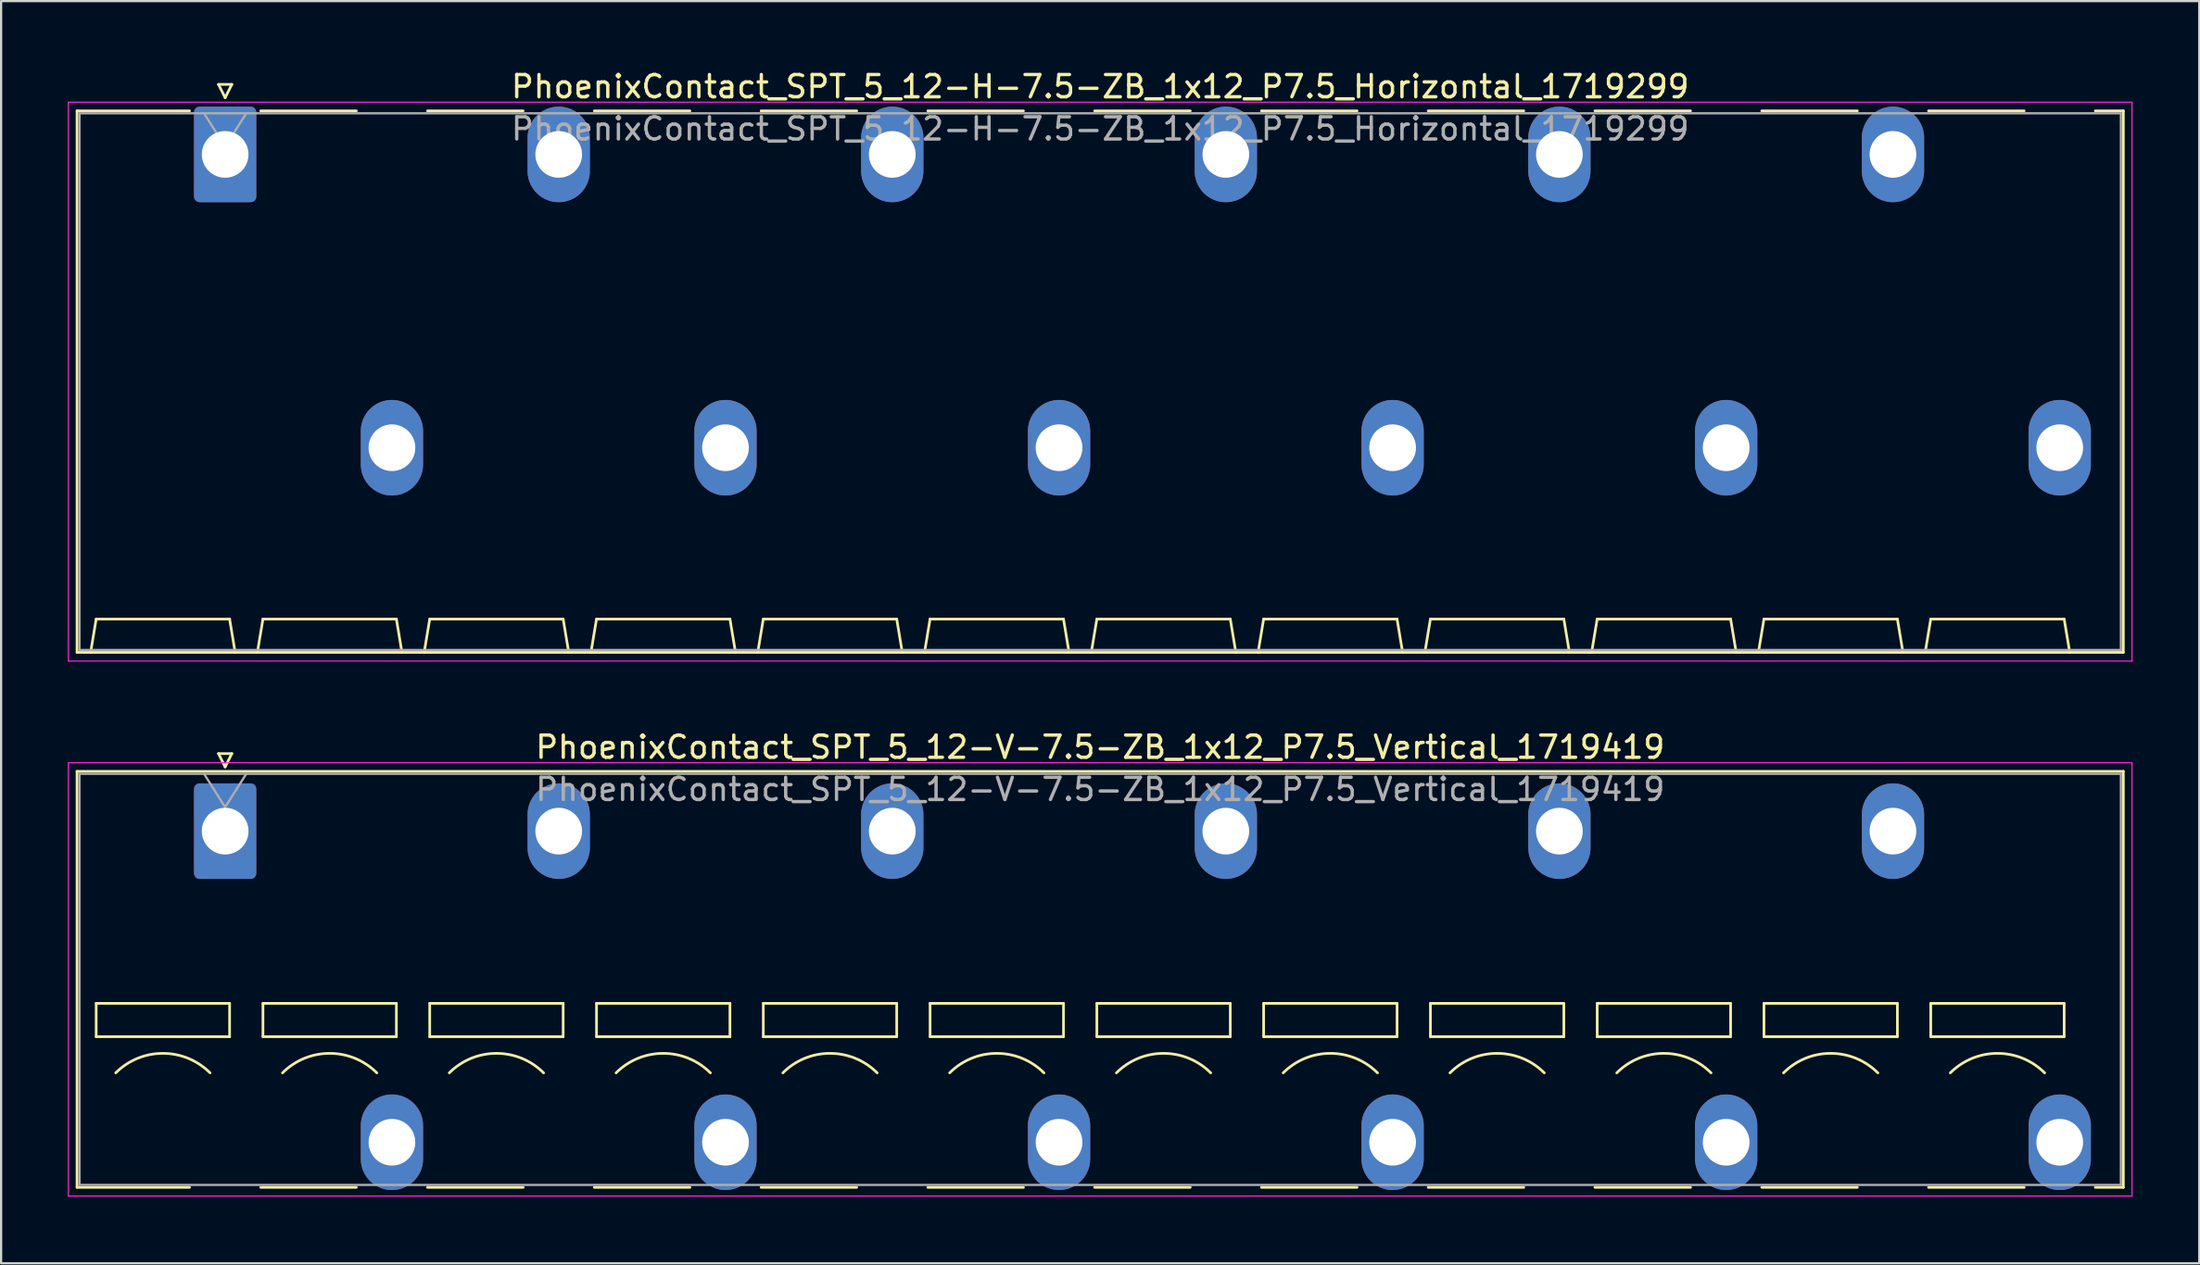
<source format=kicad_pcb>
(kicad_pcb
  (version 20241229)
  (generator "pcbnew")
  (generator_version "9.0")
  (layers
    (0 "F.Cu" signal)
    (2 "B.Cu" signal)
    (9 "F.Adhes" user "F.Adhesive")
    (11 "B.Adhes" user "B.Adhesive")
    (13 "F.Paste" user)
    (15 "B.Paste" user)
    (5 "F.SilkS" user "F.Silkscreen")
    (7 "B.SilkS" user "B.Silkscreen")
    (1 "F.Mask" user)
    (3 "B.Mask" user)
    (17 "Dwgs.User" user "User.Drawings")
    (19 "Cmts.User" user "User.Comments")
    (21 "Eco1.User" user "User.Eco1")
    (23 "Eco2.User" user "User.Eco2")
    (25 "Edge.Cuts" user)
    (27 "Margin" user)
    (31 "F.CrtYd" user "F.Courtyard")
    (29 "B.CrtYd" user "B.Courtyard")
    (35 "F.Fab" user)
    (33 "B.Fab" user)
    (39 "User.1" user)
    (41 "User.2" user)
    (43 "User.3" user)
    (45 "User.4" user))
  (footprint "PhoenixContact_SPT_5_12-H-7.5-ZB_1x12_P7.5_Horizontal_1719299"
    (layer "F.Cu")
    (at 7.075 3.898)
    (property "Reference" "PhoenixContact_SPT_5_12-H-7.5-ZB_1x12_P7.5_Horizontal_1719299" (at 39.35 -3.05 0) (layer "F.SilkS") (effects (font (size 1 1) (thickness 0.15))))
    (attr through_hole)
    (fp_line (start -6.66 -1.96) (end -1.6 -1.96) (stroke (width 0.12) (type solid)) (layer "F.SilkS"))
    (fp_line (start -6.66 22.41) (end -6.66 -1.96) (stroke (width 0.12) (type solid)) (layer "F.SilkS"))
    (fp_line (start -6.05 22.41) (end -5.8 20.91) (stroke (width 0.12) (type solid)) (layer "F.SilkS"))
    (fp_line (start -5.8 20.91) (end 0.2 20.91) (stroke (width 0.12) (type solid)) (layer "F.SilkS"))
    (fp_line (start -0.3 -3.15) (end 0 -2.55) (stroke (width 0.12) (type solid)) (layer "F.SilkS"))
    (fp_line (start -0.3 -3.15) (end 0.3 -3.15) (stroke (width 0.12) (type solid)) (layer "F.SilkS"))
    (fp_line (start 0.3 -3.15) (end 0 -2.55) (stroke (width 0.12) (type solid)) (layer "F.SilkS"))
    (fp_line (start 0.45 22.41) (end 0.2 20.91) (stroke (width 0.12) (type solid)) (layer "F.SilkS"))
    (fp_line (start 1.45 22.41) (end 1.7 20.91) (stroke (width 0.12) (type solid)) (layer "F.SilkS"))
    (fp_line (start 1.6 -1.96) (end 5.9 -1.96) (stroke (width 0.12) (type solid)) (layer "F.SilkS"))
    (fp_line (start 1.7 20.91) (end 7.7 20.91) (stroke (width 0.12) (type solid)) (layer "F.SilkS"))
    (fp_line (start 7.95 22.41) (end 7.7 20.91) (stroke (width 0.12) (type solid)) (layer "F.SilkS"))
    (fp_line (start 8.95 22.41) (end 9.2 20.91) (stroke (width 0.12) (type solid)) (layer "F.SilkS"))
    (fp_line (start 9.1 -1.96) (end 13.4 -1.96) (stroke (width 0.12) (type solid)) (layer "F.SilkS"))
    (fp_line (start 9.2 20.91) (end 15.2 20.91) (stroke (width 0.12) (type solid)) (layer "F.SilkS"))
    (fp_line (start 15.45 22.41) (end 15.2 20.91) (stroke (width 0.12) (type solid)) (layer "F.SilkS"))
    (fp_line (start 16.45 22.41) (end 16.7 20.91) (stroke (width 0.12) (type solid)) (layer "F.SilkS"))
    (fp_line (start 16.6 -1.96) (end 20.9 -1.96) (stroke (width 0.12) (type solid)) (layer "F.SilkS"))
    (fp_line (start 16.7 20.91) (end 22.7 20.91) (stroke (width 0.12) (type solid)) (layer "F.SilkS"))
    (fp_line (start 22.95 22.41) (end 22.7 20.91) (stroke (width 0.12) (type solid)) (layer "F.SilkS"))
    (fp_line (start 23.95 22.41) (end 24.2 20.91) (stroke (width 0.12) (type solid)) (layer "F.SilkS"))
    (fp_line (start 24.1 -1.96) (end 28.4 -1.96) (stroke (width 0.12) (type solid)) (layer "F.SilkS"))
    (fp_line (start 24.2 20.91) (end 30.2 20.91) (stroke (width 0.12) (type solid)) (layer "F.SilkS"))
    (fp_line (start 30.45 22.41) (end 30.2 20.91) (stroke (width 0.12) (type solid)) (layer "F.SilkS"))
    (fp_line (start 31.45 22.41) (end 31.7 20.91) (stroke (width 0.12) (type solid)) (layer "F.SilkS"))
    (fp_line (start 31.6 -1.96) (end 35.9 -1.96) (stroke (width 0.12) (type solid)) (layer "F.SilkS"))
    (fp_line (start 31.7 20.91) (end 37.7 20.91) (stroke (width 0.12) (type solid)) (layer "F.SilkS"))
    (fp_line (start 37.95 22.41) (end 37.7 20.91) (stroke (width 0.12) (type solid)) (layer "F.SilkS"))
    (fp_line (start 38.95 22.41) (end 39.2 20.91) (stroke (width 0.12) (type solid)) (layer "F.SilkS"))
    (fp_line (start 39.1 -1.96) (end 43.4 -1.96) (stroke (width 0.12) (type solid)) (layer "F.SilkS"))
    (fp_line (start 39.2 20.91) (end 45.2 20.91) (stroke (width 0.12) (type solid)) (layer "F.SilkS"))
    (fp_line (start 45.45 22.41) (end 45.2 20.91) (stroke (width 0.12) (type solid)) (layer "F.SilkS"))
    (fp_line (start 46.45 22.41) (end 46.7 20.91) (stroke (width 0.12) (type solid)) (layer "F.SilkS"))
    (fp_line (start 46.6 -1.96) (end 50.9 -1.96) (stroke (width 0.12) (type solid)) (layer "F.SilkS"))
    (fp_line (start 46.7 20.91) (end 52.7 20.91) (stroke (width 0.12) (type solid)) (layer "F.SilkS"))
    (fp_line (start 52.95 22.41) (end 52.7 20.91) (stroke (width 0.12) (type solid)) (layer "F.SilkS"))
    (fp_line (start 53.95 22.41) (end 54.2 20.91) (stroke (width 0.12) (type solid)) (layer "F.SilkS"))
    (fp_line (start 54.1 -1.96) (end 58.4 -1.96) (stroke (width 0.12) (type solid)) (layer "F.SilkS"))
    (fp_line (start 54.2 20.91) (end 60.2 20.91) (stroke (width 0.12) (type solid)) (layer "F.SilkS"))
    (fp_line (start 60.45 22.41) (end 60.2 20.91) (stroke (width 0.12) (type solid)) (layer "F.SilkS"))
    (fp_line (start 61.45 22.41) (end 61.7 20.91) (stroke (width 0.12) (type solid)) (layer "F.SilkS"))
    (fp_line (start 61.6 -1.96) (end 65.9 -1.96) (stroke (width 0.12) (type solid)) (layer "F.SilkS"))
    (fp_line (start 61.7 20.91) (end 67.7 20.91) (stroke (width 0.12) (type solid)) (layer "F.SilkS"))
    (fp_line (start 67.95 22.41) (end 67.7 20.91) (stroke (width 0.12) (type solid)) (layer "F.SilkS"))
    (fp_line (start 68.95 22.41) (end 69.2 20.91) (stroke (width 0.12) (type solid)) (layer "F.SilkS"))
    (fp_line (start 69.1 -1.96) (end 73.4 -1.96) (stroke (width 0.12) (type solid)) (layer "F.SilkS"))
    (fp_line (start 69.2 20.91) (end 75.2 20.91) (stroke (width 0.12) (type solid)) (layer "F.SilkS"))
    (fp_line (start 75.45 22.41) (end 75.2 20.91) (stroke (width 0.12) (type solid)) (layer "F.SilkS"))
    (fp_line (start 76.45 22.41) (end 76.7 20.91) (stroke (width 0.12) (type solid)) (layer "F.SilkS"))
    (fp_line (start 76.6 -1.96) (end 80.9 -1.96) (stroke (width 0.12) (type solid)) (layer "F.SilkS"))
    (fp_line (start 76.7 20.91) (end 82.7 20.91) (stroke (width 0.12) (type solid)) (layer "F.SilkS"))
    (fp_line (start 82.95 22.41) (end 82.7 20.91) (stroke (width 0.12) (type solid)) (layer "F.SilkS"))
    (fp_line (start 84.1 -1.96) (end 85.36 -1.96) (stroke (width 0.12) (type solid)) (layer "F.SilkS"))
    (fp_line (start 85.36 -1.96) (end 85.36 22.41) (stroke (width 0.12) (type solid)) (layer "F.SilkS"))
    (fp_line (start 85.36 22.41) (end -6.66 22.41) (stroke (width 0.12) (type solid)) (layer "F.SilkS"))
    (fp_line (start -7.05 -2.35) (end -7.05 22.8) (stroke (width 0.05) (type solid)) (layer "F.CrtYd"))
    (fp_line (start -7.05 22.8) (end 85.75 22.8) (stroke (width 0.05) (type solid)) (layer "F.CrtYd"))
    (fp_line (start 85.75 -2.35) (end -7.05 -2.35) (stroke (width 0.05) (type solid)) (layer "F.CrtYd"))
    (fp_line (start 85.75 22.8) (end 85.75 -2.35) (stroke (width 0.05) (type solid)) (layer "F.CrtYd"))
    (fp_line (start -6.55 -1.85) (end -6.55 22.3) (stroke (width 0.1) (type solid)) (layer "F.Fab"))
    (fp_line (start -6.55 22.3) (end 85.25 22.3) (stroke (width 0.1) (type solid)) (layer "F.Fab"))
    (fp_line (start -0.95 -1.85) (end 0 -0.35) (stroke (width 0.1) (type solid)) (layer "F.Fab"))
    (fp_line (start 0.95 -1.85) (end 0 -0.35) (stroke (width 0.1) (type solid)) (layer "F.Fab"))
    (fp_line (start 85.25 -1.85) (end -6.55 -1.85) (stroke (width 0.1) (type solid)) (layer "F.Fab"))
    (fp_line (start 85.25 22.3) (end 85.25 -1.85) (stroke (width 0.1) (type solid)) (layer "F.Fab"))
    (fp_text user "${REFERENCE}" (at 39.35 -1.15 0) (layer "F.Fab") (effects (font (size 1 1) (thickness 0.15))))
    (pad "1" thru_hole roundrect (at 0 0) (size 2.8 4.3) (drill 2.1) (layers "*.Cu" "*.Mask") (roundrect_rratio 0.089))
    (pad "2" thru_hole oval (at 7.5 13.2) (size 2.8 4.3) (drill 2.1) (layers "*.Cu" "*.Mask"))
    (pad "3" thru_hole oval (at 15 0) (size 2.8 4.3) (drill 2.1) (layers "*.Cu" "*.Mask"))
    (pad "4" thru_hole oval (at 22.5 13.2) (size 2.8 4.3) (drill 2.1) (layers "*.Cu" "*.Mask"))
    (pad "5" thru_hole oval (at 30 0) (size 2.8 4.3) (drill 2.1) (layers "*.Cu" "*.Mask"))
    (pad "6" thru_hole oval (at 37.5 13.2) (size 2.8 4.3) (drill 2.1) (layers "*.Cu" "*.Mask"))
    (pad "7" thru_hole oval (at 45 0) (size 2.8 4.3) (drill 2.1) (layers "*.Cu" "*.Mask"))
    (pad "8" thru_hole oval (at 52.5 13.2) (size 2.8 4.3) (drill 2.1) (layers "*.Cu" "*.Mask"))
    (pad "9" thru_hole oval (at 60 0) (size 2.8 4.3) (drill 2.1) (layers "*.Cu" "*.Mask"))
    (pad "10" thru_hole oval (at 67.5 13.2) (size 2.8 4.3) (drill 2.1) (layers "*.Cu" "*.Mask"))
    (pad "11" thru_hole oval (at 75 0) (size 2.8 4.3) (drill 2.1) (layers "*.Cu" "*.Mask"))
    (pad "12" thru_hole oval (at 82.5 13.2) (size 2.8 4.3) (drill 2.1) (layers "*.Cu" "*.Mask")))
  (footprint "PhoenixContact_SPT_5_12-V-7.5-ZB_1x12_P7.5_Vertical_1719419"
    (layer "F.Cu")
    (at 7.075 34.352)
    (property "Reference" "PhoenixContact_SPT_5_12-V-7.5-ZB_1x12_P7.5_Vertical_1719419" (at 39.35 -3.78 0) (layer "F.SilkS") (effects (font (size 1 1) (thickness 0.15))))
    (attr through_hole)
    (fp_line (start -6.66 -2.69) (end 85.36 -2.69) (stroke (width 0.12) (type solid)) (layer "F.SilkS"))
    (fp_line (start -6.66 16.03) (end -6.66 -2.69) (stroke (width 0.12) (type solid)) (layer "F.SilkS"))
    (fp_line (start -6.66 16.03) (end -1.6 16.03) (stroke (width 0.12) (type solid)) (layer "F.SilkS"))
    (fp_line (start -5.8 7.75) (end -5.8 9.25) (stroke (width 0.12) (type solid)) (layer "F.SilkS"))
    (fp_line (start -5.8 9.25) (end 0.2 9.25) (stroke (width 0.12) (type solid)) (layer "F.SilkS"))
    (fp_line (start -0.3 -3.49) (end 0 -2.89) (stroke (width 0.12) (type solid)) (layer "F.SilkS"))
    (fp_line (start -0.3 -3.49) (end 0.3 -3.49) (stroke (width 0.12) (type solid)) (layer "F.SilkS"))
    (fp_line (start 0.2 7.75) (end -5.8 7.75) (stroke (width 0.12) (type solid)) (layer "F.SilkS"))
    (fp_line (start 0.2 9.25) (end 0.2 7.75) (stroke (width 0.12) (type solid)) (layer "F.SilkS"))
    (fp_line (start 0.3 -3.49) (end 0 -2.89) (stroke (width 0.12) (type solid)) (layer "F.SilkS"))
    (fp_line (start 1.6 16.03) (end 5.9 16.03) (stroke (width 0.12) (type solid)) (layer "F.SilkS"))
    (fp_line (start 1.7 7.75) (end 1.7 9.25) (stroke (width 0.12) (type solid)) (layer "F.SilkS"))
    (fp_line (start 1.7 9.25) (end 7.7 9.25) (stroke (width 0.12) (type solid)) (layer "F.SilkS"))
    (fp_line (start 7.7 7.75) (end 1.7 7.75) (stroke (width 0.12) (type solid)) (layer "F.SilkS"))
    (fp_line (start 7.7 9.25) (end 7.7 7.75) (stroke (width 0.12) (type solid)) (layer "F.SilkS"))
    (fp_line (start 9.1 16.03) (end 13.4 16.03) (stroke (width 0.12) (type solid)) (layer "F.SilkS"))
    (fp_line (start 9.2 7.75) (end 9.2 9.25) (stroke (width 0.12) (type solid)) (layer "F.SilkS"))
    (fp_line (start 9.2 9.25) (end 15.2 9.25) (stroke (width 0.12) (type solid)) (layer "F.SilkS"))
    (fp_line (start 15.2 7.75) (end 9.2 7.75) (stroke (width 0.12) (type solid)) (layer "F.SilkS"))
    (fp_line (start 15.2 9.25) (end 15.2 7.75) (stroke (width 0.12) (type solid)) (layer "F.SilkS"))
    (fp_line (start 16.6 16.03) (end 20.9 16.03) (stroke (width 0.12) (type solid)) (layer "F.SilkS"))
    (fp_line (start 16.7 7.75) (end 16.7 9.25) (stroke (width 0.12) (type solid)) (layer "F.SilkS"))
    (fp_line (start 16.7 9.25) (end 22.7 9.25) (stroke (width 0.12) (type solid)) (layer "F.SilkS"))
    (fp_line (start 22.7 7.75) (end 16.7 7.75) (stroke (width 0.12) (type solid)) (layer "F.SilkS"))
    (fp_line (start 22.7 9.25) (end 22.7 7.75) (stroke (width 0.12) (type solid)) (layer "F.SilkS"))
    (fp_line (start 24.1 16.03) (end 28.4 16.03) (stroke (width 0.12) (type solid)) (layer "F.SilkS"))
    (fp_line (start 24.2 7.75) (end 24.2 9.25) (stroke (width 0.12) (type solid)) (layer "F.SilkS"))
    (fp_line (start 24.2 9.25) (end 30.2 9.25) (stroke (width 0.12) (type solid)) (layer "F.SilkS"))
    (fp_line (start 30.2 7.75) (end 24.2 7.75) (stroke (width 0.12) (type solid)) (layer "F.SilkS"))
    (fp_line (start 30.2 9.25) (end 30.2 7.75) (stroke (width 0.12) (type solid)) (layer "F.SilkS"))
    (fp_line (start 31.6 16.03) (end 35.9 16.03) (stroke (width 0.12) (type solid)) (layer "F.SilkS"))
    (fp_line (start 31.7 7.75) (end 31.7 9.25) (stroke (width 0.12) (type solid)) (layer "F.SilkS"))
    (fp_line (start 31.7 9.25) (end 37.7 9.25) (stroke (width 0.12) (type solid)) (layer "F.SilkS"))
    (fp_line (start 37.7 7.75) (end 31.7 7.75) (stroke (width 0.12) (type solid)) (layer "F.SilkS"))
    (fp_line (start 37.7 9.25) (end 37.7 7.75) (stroke (width 0.12) (type solid)) (layer "F.SilkS"))
    (fp_line (start 39.1 16.03) (end 43.4 16.03) (stroke (width 0.12) (type solid)) (layer "F.SilkS"))
    (fp_line (start 39.2 7.75) (end 39.2 9.25) (stroke (width 0.12) (type solid)) (layer "F.SilkS"))
    (fp_line (start 39.2 9.25) (end 45.2 9.25) (stroke (width 0.12) (type solid)) (layer "F.SilkS"))
    (fp_line (start 45.2 7.75) (end 39.2 7.75) (stroke (width 0.12) (type solid)) (layer "F.SilkS"))
    (fp_line (start 45.2 9.25) (end 45.2 7.75) (stroke (width 0.12) (type solid)) (layer "F.SilkS"))
    (fp_line (start 46.6 16.03) (end 50.9 16.03) (stroke (width 0.12) (type solid)) (layer "F.SilkS"))
    (fp_line (start 46.7 7.75) (end 46.7 9.25) (stroke (width 0.12) (type solid)) (layer "F.SilkS"))
    (fp_line (start 46.7 9.25) (end 52.7 9.25) (stroke (width 0.12) (type solid)) (layer "F.SilkS"))
    (fp_line (start 52.7 7.75) (end 46.7 7.75) (stroke (width 0.12) (type solid)) (layer "F.SilkS"))
    (fp_line (start 52.7 9.25) (end 52.7 7.75) (stroke (width 0.12) (type solid)) (layer "F.SilkS"))
    (fp_line (start 54.1 16.03) (end 58.4 16.03) (stroke (width 0.12) (type solid)) (layer "F.SilkS"))
    (fp_line (start 54.2 7.75) (end 54.2 9.25) (stroke (width 0.12) (type solid)) (layer "F.SilkS"))
    (fp_line (start 54.2 9.25) (end 60.2 9.25) (stroke (width 0.12) (type solid)) (layer "F.SilkS"))
    (fp_line (start 60.2 7.75) (end 54.2 7.75) (stroke (width 0.12) (type solid)) (layer "F.SilkS"))
    (fp_line (start 60.2 9.25) (end 60.2 7.75) (stroke (width 0.12) (type solid)) (layer "F.SilkS"))
    (fp_line (start 61.6 16.03) (end 65.9 16.03) (stroke (width 0.12) (type solid)) (layer "F.SilkS"))
    (fp_line (start 61.7 7.75) (end 61.7 9.25) (stroke (width 0.12) (type solid)) (layer "F.SilkS"))
    (fp_line (start 61.7 9.25) (end 67.7 9.25) (stroke (width 0.12) (type solid)) (layer "F.SilkS"))
    (fp_line (start 67.7 7.75) (end 61.7 7.75) (stroke (width 0.12) (type solid)) (layer "F.SilkS"))
    (fp_line (start 67.7 9.25) (end 67.7 7.75) (stroke (width 0.12) (type solid)) (layer "F.SilkS"))
    (fp_line (start 69.1 16.03) (end 73.4 16.03) (stroke (width 0.12) (type solid)) (layer "F.SilkS"))
    (fp_line (start 69.2 7.75) (end 69.2 9.25) (stroke (width 0.12) (type solid)) (layer "F.SilkS"))
    (fp_line (start 69.2 9.25) (end 75.2 9.25) (stroke (width 0.12) (type solid)) (layer "F.SilkS"))
    (fp_line (start 75.2 7.75) (end 69.2 7.75) (stroke (width 0.12) (type solid)) (layer "F.SilkS"))
    (fp_line (start 75.2 9.25) (end 75.2 7.75) (stroke (width 0.12) (type solid)) (layer "F.SilkS"))
    (fp_line (start 76.6 16.03) (end 80.9 16.03) (stroke (width 0.12) (type solid)) (layer "F.SilkS"))
    (fp_line (start 76.7 7.75) (end 76.7 9.25) (stroke (width 0.12) (type solid)) (layer "F.SilkS"))
    (fp_line (start 76.7 9.25) (end 82.7 9.25) (stroke (width 0.12) (type solid)) (layer "F.SilkS"))
    (fp_line (start 82.7 7.75) (end 76.7 7.75) (stroke (width 0.12) (type solid)) (layer "F.SilkS"))
    (fp_line (start 82.7 9.25) (end 82.7 7.75) (stroke (width 0.12) (type solid)) (layer "F.SilkS"))
    (fp_line (start 84.1 16.03) (end 85.36 16.03) (stroke (width 0.12) (type solid)) (layer "F.SilkS"))
    (fp_line (start 85.36 -2.69) (end 85.36 16.03) (stroke (width 0.12) (type solid)) (layer "F.SilkS"))
    (fp_arc (start -4.92132 10.87868) (mid -2.8 10) (end -0.67868 10.87868) (stroke (width 0.12) (type solid)) (layer "F.SilkS"))
    (fp_arc (start 2.57868 10.87868) (mid 4.7 10) (end 6.82132 10.87868) (stroke (width 0.12) (type solid)) (layer "F.SilkS"))
    (fp_arc (start 10.07868 10.87868) (mid 12.2 10) (end 14.32132 10.87868) (stroke (width 0.12) (type solid)) (layer "F.SilkS"))
    (fp_arc (start 17.57868 10.87868) (mid 19.7 10) (end 21.82132 10.87868) (stroke (width 0.12) (type solid)) (layer "F.SilkS"))
    (fp_arc (start 25.07868 10.87868) (mid 27.2 10) (end 29.32132 10.87868) (stroke (width 0.12) (type solid)) (layer "F.SilkS"))
    (fp_arc (start 32.57868 10.87868) (mid 34.7 10) (end 36.82132 10.87868) (stroke (width 0.12) (type solid)) (layer "F.SilkS"))
    (fp_arc (start 40.07868 10.87868) (mid 42.2 10) (end 44.32132 10.87868) (stroke (width 0.12) (type solid)) (layer "F.SilkS"))
    (fp_arc (start 47.57868 10.87868) (mid 49.7 10) (end 51.82132 10.87868) (stroke (width 0.12) (type solid)) (layer "F.SilkS"))
    (fp_arc (start 55.07868 10.87868) (mid 57.2 10) (end 59.32132 10.87868) (stroke (width 0.12) (type solid)) (layer "F.SilkS"))
    (fp_arc (start 62.57868 10.87868) (mid 64.7 10) (end 66.82132 10.87868) (stroke (width 0.12) (type solid)) (layer "F.SilkS"))
    (fp_arc (start 70.07868 10.87868) (mid 72.2 10) (end 74.32132 10.87868) (stroke (width 0.12) (type solid)) (layer "F.SilkS"))
    (fp_arc (start 77.57868 10.87868) (mid 79.7 10) (end 81.82132 10.87868) (stroke (width 0.12) (type solid)) (layer "F.SilkS"))
    (fp_line (start -7.05 -3.08) (end -7.05 16.42) (stroke (width 0.05) (type solid)) (layer "F.CrtYd"))
    (fp_line (start -7.05 16.42) (end 85.75 16.42) (stroke (width 0.05) (type solid)) (layer "F.CrtYd"))
    (fp_line (start 85.75 -3.08) (end -7.05 -3.08) (stroke (width 0.05) (type solid)) (layer "F.CrtYd"))
    (fp_line (start 85.75 16.42) (end 85.75 -3.08) (stroke (width 0.05) (type solid)) (layer "F.CrtYd"))
    (fp_line (start -6.55 -2.58) (end -6.55 15.92) (stroke (width 0.1) (type solid)) (layer "F.Fab"))
    (fp_line (start -6.55 15.92) (end 85.25 15.92) (stroke (width 0.1) (type solid)) (layer "F.Fab"))
    (fp_line (start -0.95 -2.58) (end 0 -1.08) (stroke (width 0.1) (type solid)) (layer "F.Fab"))
    (fp_line (start 0.95 -2.58) (end 0 -1.08) (stroke (width 0.1) (type solid)) (layer "F.Fab"))
    (fp_line (start 85.25 -2.58) (end -6.55 -2.58) (stroke (width 0.1) (type solid)) (layer "F.Fab"))
    (fp_line (start 85.25 15.92) (end 85.25 -2.58) (stroke (width 0.1) (type solid)) (layer "F.Fab"))
    (fp_text user "${REFERENCE}" (at 39.35 -1.88 0) (layer "F.Fab") (effects (font (size 1 1) (thickness 0.15))))
    (pad "1" thru_hole roundrect (at 0 0) (size 2.8 4.3) (drill 2.1) (layers "*.Cu" "*.Mask") (roundrect_rratio 0.089))
    (pad "2" thru_hole oval (at 7.5 14) (size 2.8 4.3) (drill 2.1) (layers "*.Cu" "*.Mask"))
    (pad "3" thru_hole oval (at 15 0) (size 2.8 4.3) (drill 2.1) (layers "*.Cu" "*.Mask"))
    (pad "4" thru_hole oval (at 22.5 14) (size 2.8 4.3) (drill 2.1) (layers "*.Cu" "*.Mask"))
    (pad "5" thru_hole oval (at 30 0) (size 2.8 4.3) (drill 2.1) (layers "*.Cu" "*.Mask"))
    (pad "6" thru_hole oval (at 37.5 14) (size 2.8 4.3) (drill 2.1) (layers "*.Cu" "*.Mask"))
    (pad "7" thru_hole oval (at 45 0) (size 2.8 4.3) (drill 2.1) (layers "*.Cu" "*.Mask"))
    (pad "8" thru_hole oval (at 52.5 14) (size 2.8 4.3) (drill 2.1) (layers "*.Cu" "*.Mask"))
    (pad "9" thru_hole oval (at 60 0) (size 2.8 4.3) (drill 2.1) (layers "*.Cu" "*.Mask"))
    (pad "10" thru_hole oval (at 67.5 14) (size 2.8 4.3) (drill 2.1) (layers "*.Cu" "*.Mask"))
    (pad "11" thru_hole oval (at 75 0) (size 2.8 4.3) (drill 2.1) (layers "*.Cu" "*.Mask"))
    (pad "12" thru_hole oval (at 82.5 14) (size 2.8 4.3) (drill 2.1) (layers "*.Cu" "*.Mask")))
  (gr_rect
    (start -3 -3)
    (end 95.85 53.797)
    (stroke (width 0.1) (type default))
    (fill no)
    (layer "Edge.Cuts")))
</source>
